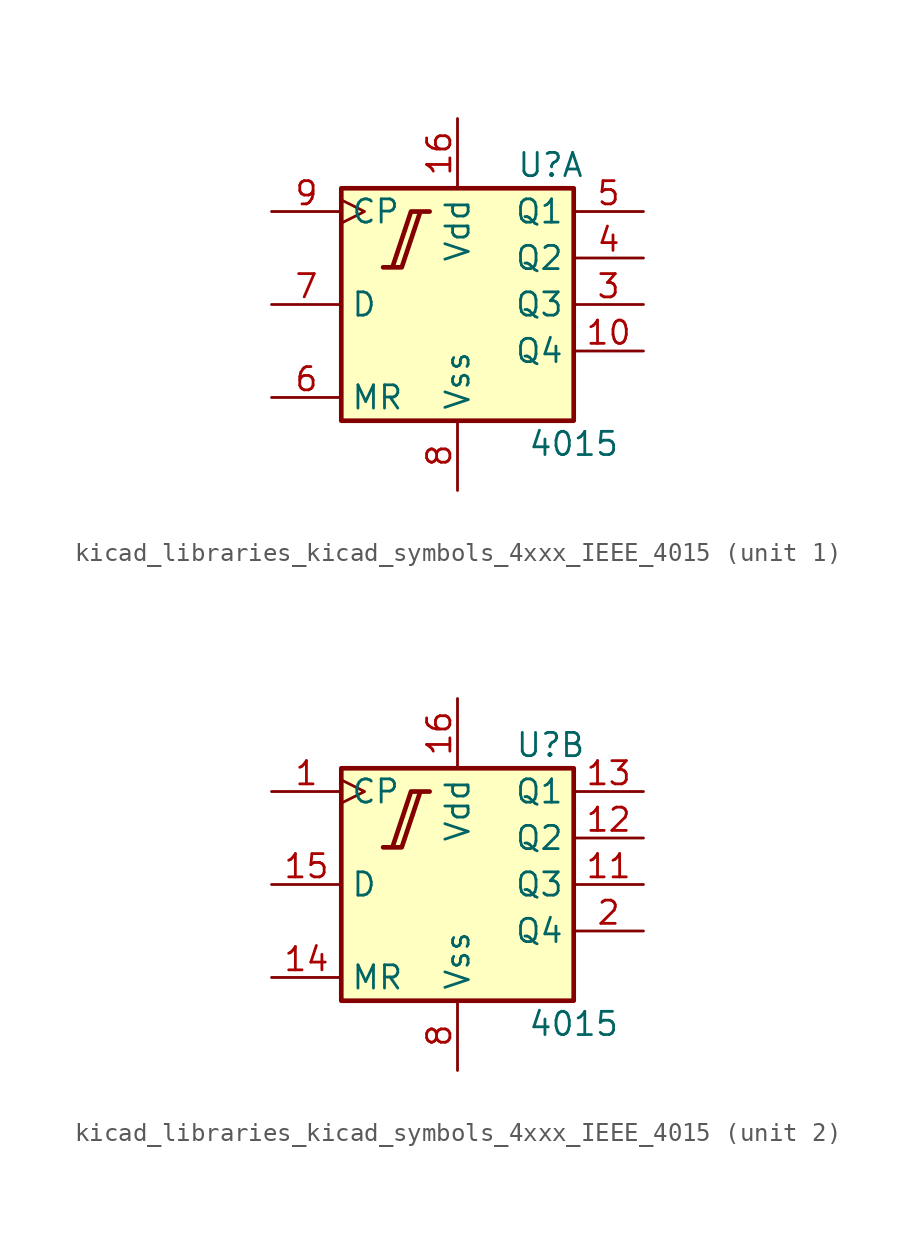
<source format=kicad_sym>
(kicad_symbol_lib
  (version 20220914)
  (generator kicad_symbol_editor)
  (symbol "kicad_libraries_kicad_symbols_4xxx_IEEE_4015"
    (property "Reference" "U"
      (at 5.08 7.62 0)
      (effects (font (size 1.27 1.27))))
    (property "Value" "4015"
      (at 6.35 -7.62 0)
      (effects (font (size 1.27 1.27))))
    (symbol "kicad_libraries_kicad_symbols_4xxx_IEEE_4015_0_1"
      (polyline (pts (xy -4.064 2.032) (xy -3.048 2.032) (xy -2.032 5.08) (xy -1.524 5.08) (xy -2.54 5.08) (xy -3.556 2.032) (xy -3.556 2.032)) (stroke (width 0.254) (type default)) (fill (type background)))
      (rectangle (start 6.35 6.35) (end -6.35 -6.35) (stroke (width 0.254) (type default)) (fill (type background)))
      (pin power_in line (at 0 10.16 270) (length 3.81) (name "Vdd" (effects (font (size 1.27 1.27)))) (number "16" (effects (font (size 1.27 1.27)))))
      (pin power_in line (at 0 -10.16 90) (length 3.81) (name "Vss" (effects (font (size 1.27 1.27)))) (number "8" (effects (font (size 1.27 1.27))))))
    (symbol "kicad_libraries_kicad_symbols_4xxx_IEEE_4015_1_1"
      (pin output line (at 10.16 -2.54 180) (length 3.81) (name "Q4" (effects (font (size 1.27 1.27)))) (number "10" (effects (font (size 1.27 1.27)))))
      (pin output line (at 10.16 0 180) (length 3.81) (name "Q3" (effects (font (size 1.27 1.27)))) (number "3" (effects (font (size 1.27 1.27)))))
      (pin output line (at 10.16 2.54 180) (length 3.81) (name "Q2" (effects (font (size 1.27 1.27)))) (number "4" (effects (font (size 1.27 1.27)))))
      (pin output line (at 10.16 5.08 180) (length 3.81) (name "Q1" (effects (font (size 1.27 1.27)))) (number "5" (effects (font (size 1.27 1.27)))))
      (pin input line (at -10.16 -5.08 0) (length 3.81) (name "MR" (effects (font (size 1.27 1.27)))) (number "6" (effects (font (size 1.27 1.27)))))
      (pin input line (at -10.16 0 0) (length 3.81) (name "D" (effects (font (size 1.27 1.27)))) (number "7" (effects (font (size 1.27 1.27)))))
      (pin input clock (at -10.16 5.08 0) (length 3.81) (name "CP" (effects (font (size 1.27 1.27)))) (number "9" (effects (font (size 1.27 1.27))))))
    (symbol "kicad_libraries_kicad_symbols_4xxx_IEEE_4015_2_1"
      (pin input clock (at -10.16 5.08 0) (length 3.81) (name "CP" (effects (font (size 1.27 1.27)))) (number "1" (effects (font (size 1.27 1.27)))))
      (pin output line (at 10.16 0 180) (length 3.81) (name "Q3" (effects (font (size 1.27 1.27)))) (number "11" (effects (font (size 1.27 1.27)))))
      (pin output line (at 10.16 2.54 180) (length 3.81) (name "Q2" (effects (font (size 1.27 1.27)))) (number "12" (effects (font (size 1.27 1.27)))))
      (pin output line (at 10.16 5.08 180) (length 3.81) (name "Q1" (effects (font (size 1.27 1.27)))) (number "13" (effects (font (size 1.27 1.27)))))
      (pin input line (at -10.16 -5.08 0) (length 3.81) (name "MR" (effects (font (size 1.27 1.27)))) (number "14" (effects (font (size 1.27 1.27)))))
      (pin input line (at -10.16 0 0) (length 3.81) (name "D" (effects (font (size 1.27 1.27)))) (number "15" (effects (font (size 1.27 1.27)))))
      (pin output line (at 10.16 -2.54 180) (length 3.81) (name "Q4" (effects (font (size 1.27 1.27)))) (number "2" (effects (font (size 1.27 1.27))))))))
</source>
